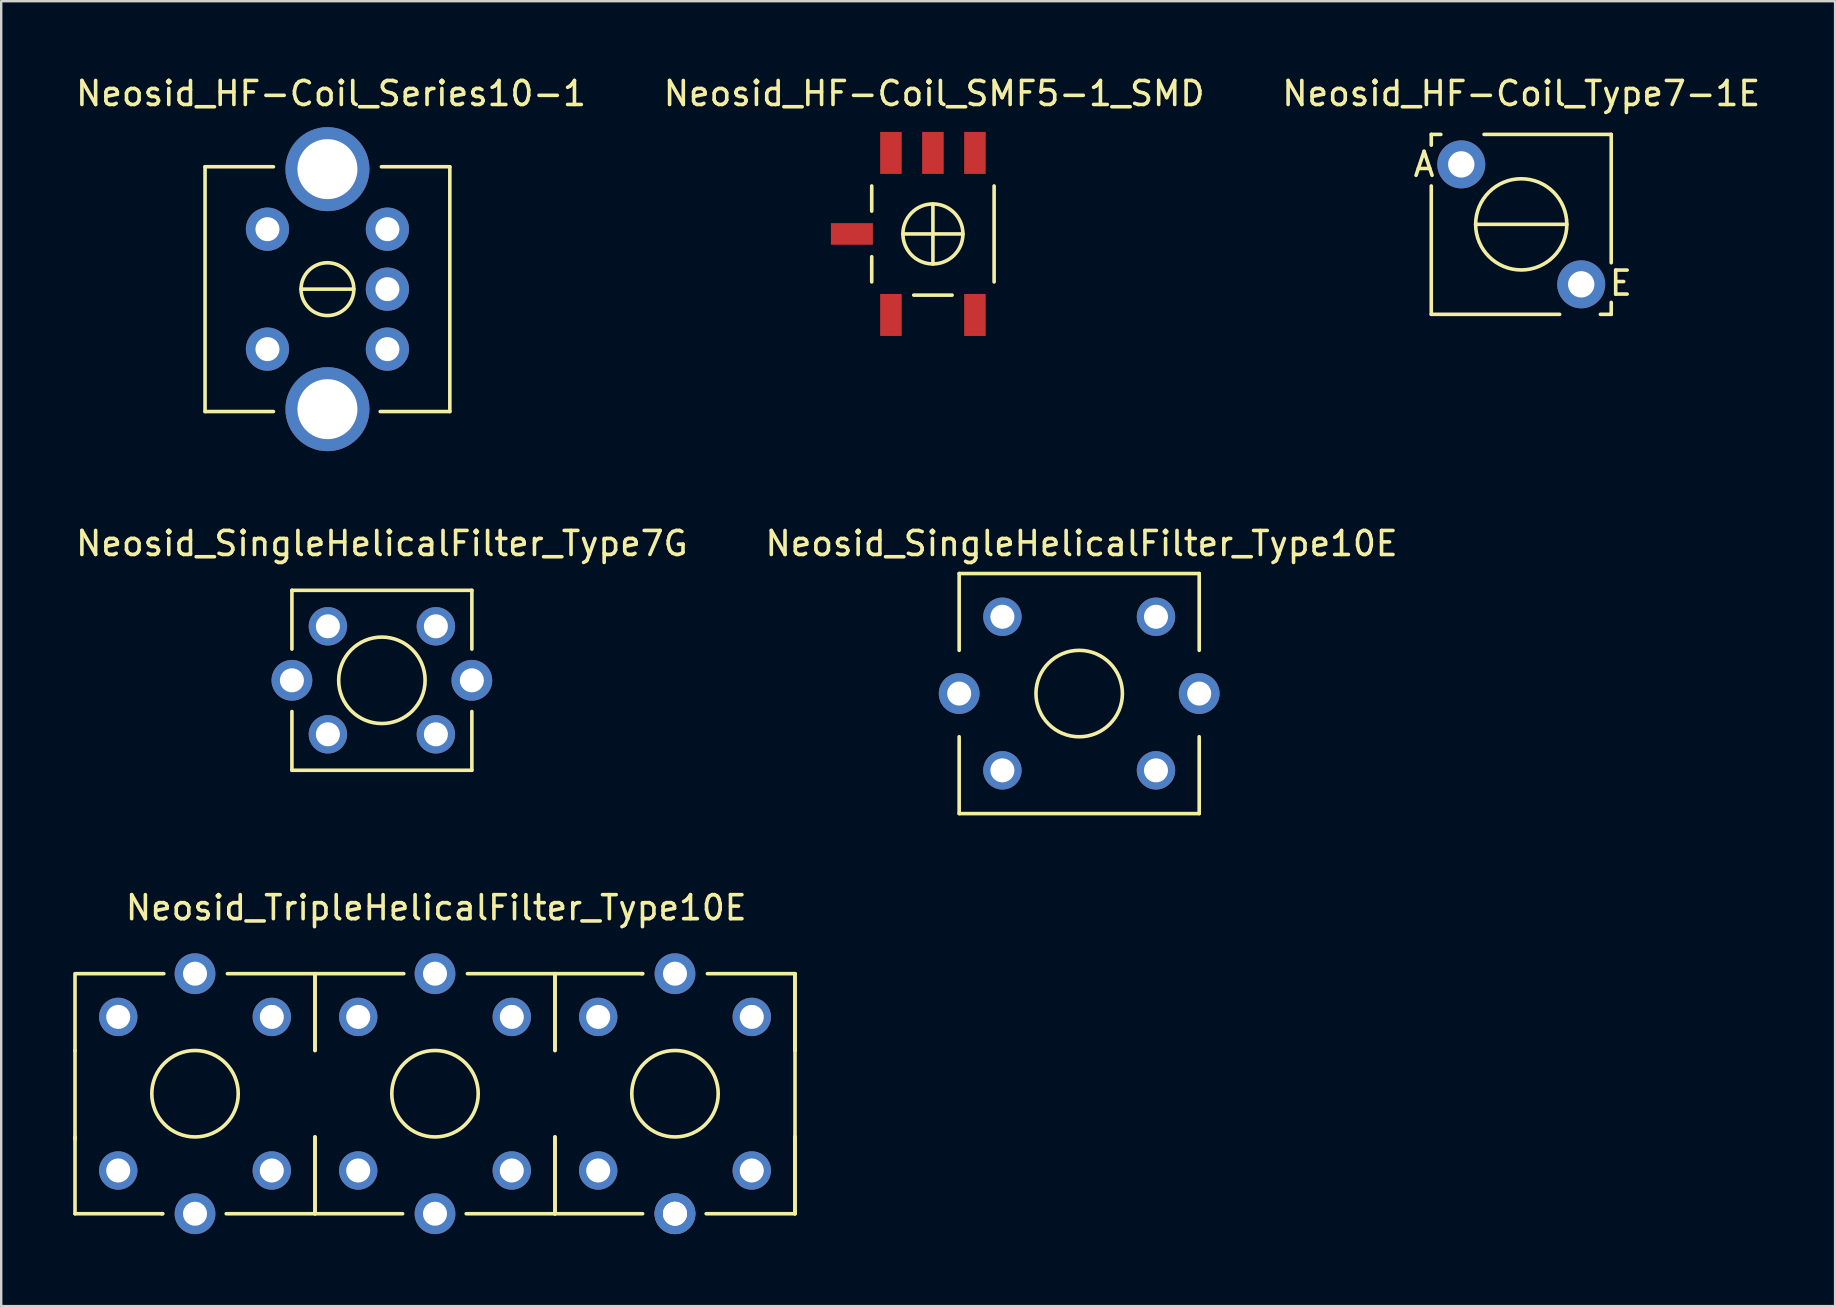
<source format=kicad_pcb>
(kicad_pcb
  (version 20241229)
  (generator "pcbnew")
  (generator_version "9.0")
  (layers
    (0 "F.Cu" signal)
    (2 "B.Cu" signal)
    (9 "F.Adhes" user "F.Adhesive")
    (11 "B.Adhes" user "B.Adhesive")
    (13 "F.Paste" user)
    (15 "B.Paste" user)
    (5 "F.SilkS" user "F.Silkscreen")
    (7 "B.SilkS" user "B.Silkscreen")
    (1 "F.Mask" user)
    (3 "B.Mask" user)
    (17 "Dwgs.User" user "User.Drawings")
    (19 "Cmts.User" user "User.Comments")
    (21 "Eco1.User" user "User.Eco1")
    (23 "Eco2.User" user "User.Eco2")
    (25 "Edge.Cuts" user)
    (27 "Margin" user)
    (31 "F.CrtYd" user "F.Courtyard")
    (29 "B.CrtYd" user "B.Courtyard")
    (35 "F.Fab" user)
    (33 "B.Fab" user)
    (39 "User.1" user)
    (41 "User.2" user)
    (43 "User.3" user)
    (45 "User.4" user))
  (footprint "Neosid_TripleHelicalFilter_Type10E"
    (layer "F.Cu")
    (at 15.076 42.524)
    (property "Reference" "Neosid_TripleHelicalFilter_Type10E" (at 0.051 -7.75 0) (layer "F.SilkS") (effects (font (size 1 1) (thickness 0.15))))
    (attr through_hole)
    (fp_line (start -15.001 -5.001) (end -15.001 -1.801) (stroke (width 0.15) (type solid)) (layer "F.SilkS"))
    (fp_line (start -15.001 -1.801) (end -15.001 1.9) (stroke (width 0.15) (type solid)) (layer "F.SilkS"))
    (fp_line (start -15.001 1.801) (end -15.001 5.001) (stroke (width 0.15) (type solid)) (layer "F.SilkS"))
    (fp_line (start -15.001 5.001) (end -11.349 5.001) (stroke (width 0.15) (type solid)) (layer "F.SilkS"))
    (fp_line (start -11.349 5.001) (end -11.4 5.001) (stroke (width 0.15) (type solid)) (layer "F.SilkS"))
    (fp_line (start -11.3 -5.001) (end -14.95 -5.001) (stroke (width 0.15) (type solid)) (layer "F.SilkS"))
    (fp_line (start -8.7 5.001) (end -1.349 5.001) (stroke (width 0.15) (type solid)) (layer "F.SilkS"))
    (fp_line (start -5.001 -5.001) (end -5.001 -1.801) (stroke (width 0.15) (type solid)) (layer "F.SilkS"))
    (fp_line (start -5.001 1.801) (end -5.001 5.001) (stroke (width 0.15) (type solid)) (layer "F.SilkS"))
    (fp_line (start -4.999 -1.801) (end -4.999 -5.001) (stroke (width 0.15) (type solid)) (layer "F.SilkS"))
    (fp_line (start -4.999 5.001) (end -4.999 1.801) (stroke (width 0.15) (type solid)) (layer "F.SilkS"))
    (fp_line (start -1.3 -5.001) (end -8.651 -5.001) (stroke (width 0.15) (type solid)) (layer "F.SilkS"))
    (fp_line (start 1.3 5.001) (end 5.001 5.001) (stroke (width 0.15) (type solid)) (layer "F.SilkS"))
    (fp_line (start 4.999 -5.001) (end 4.999 -1.801) (stroke (width 0.15) (type solid)) (layer "F.SilkS"))
    (fp_line (start 4.999 1.801) (end 4.999 5.001) (stroke (width 0.15) (type solid)) (layer "F.SilkS"))
    (fp_line (start 5.001 -5.001) (end 1.351 -5.001) (stroke (width 0.15) (type solid)) (layer "F.SilkS"))
    (fp_line (start 5.001 -5.001) (end 8.651 -5.001) (stroke (width 0.15) (type solid)) (layer "F.SilkS"))
    (fp_line (start 5.001 -1.801) (end 5.001 -5.001) (stroke (width 0.15) (type solid)) (layer "F.SilkS"))
    (fp_line (start 5.001 5.001) (end 5.001 1.801) (stroke (width 0.15) (type solid)) (layer "F.SilkS"))
    (fp_line (start 5.001 5.001) (end 8.651 5.001) (stroke (width 0.15) (type solid)) (layer "F.SilkS"))
    (fp_line (start 8.651 -5.001) (end 8.6 -5.001) (stroke (width 0.15) (type solid)) (layer "F.SilkS"))
    (fp_line (start 11.3 5.001) (end 15.001 5.001) (stroke (width 0.15) (type solid)) (layer "F.SilkS"))
    (fp_line (start 11.351 -5.001) (end 15.001 -5.001) (stroke (width 0.15) (type solid)) (layer "F.SilkS"))
    (fp_line (start 14.999 -5.001) (end 14.999 -1.801) (stroke (width 0.15) (type solid)) (layer "F.SilkS"))
    (fp_line (start 14.999 1.801) (end 14.999 5.001) (stroke (width 0.15) (type solid)) (layer "F.SilkS"))
    (fp_line (start 15.001 -1.849) (end 15.001 1.801) (stroke (width 0.15) (type solid)) (layer "F.SilkS"))
    (fp_line (start 15.001 -1.801) (end 15.001 -5.001) (stroke (width 0.15) (type solid)) (layer "F.SilkS"))
    (fp_line (start 15.001 5.001) (end 15.001 1.801) (stroke (width 0.15) (type solid)) (layer "F.SilkS"))
    (fp_circle (center -10 0) (end -8.199 0) (stroke (width 0.15) (type solid)) (fill no) (layer "F.SilkS"))
    (fp_circle (center 0 0) (end 1.801 0) (stroke (width 0.15) (type solid)) (fill no) (layer "F.SilkS"))
    (fp_circle (center 10 0) (end 11.801 0) (stroke (width 0.15) (type solid)) (fill no) (layer "F.SilkS"))
    (pad "1" thru_hole circle (at -6.8 3.2 90) (size 1.6 1.6) (drill 1.001) (layers "*.Cu" "*.Mask"))
    (pad "2" thru_hole circle (at -6.8 -3.2 90) (size 1.6 1.6) (drill 1.001) (layers "*.Cu" "*.Mask"))
    (pad "4" thru_hole circle (at -13.2 -3.2 90) (size 1.6 1.6) (drill 1.001) (layers "*.Cu" "*.Mask"))
    (pad "5" thru_hole circle (at -13.2 3.2 90) (size 1.6 1.6) (drill 1.001) (layers "*.Cu" "*.Mask"))
    (pad "21" thru_hole circle (at 3.2 3.2 90) (size 1.6 1.6) (drill 1.001) (layers "*.Cu" "*.Mask"))
    (pad "22" thru_hole circle (at 3.2 -3.2 90) (size 1.6 1.6) (drill 1.001) (layers "*.Cu" "*.Mask"))
    (pad "24" thru_hole circle (at -3.2 -3.2 90) (size 1.6 1.6) (drill 1.001) (layers "*.Cu" "*.Mask"))
    (pad "25" thru_hole circle (at -3.2 3.2 90) (size 1.6 1.6) (drill 1.001) (layers "*.Cu" "*.Mask"))
    (pad "31" thru_hole circle (at 13.2 3.2 90) (size 1.6 1.6) (drill 1.001) (layers "*.Cu" "*.Mask"))
    (pad "32" thru_hole circle (at 13.2 -3.2 90) (size 1.6 1.6) (drill 1.001) (layers "*.Cu" "*.Mask"))
    (pad "34" thru_hole circle (at 6.8 -3.2 90) (size 1.6 1.6) (drill 1.001) (layers "*.Cu" "*.Mask"))
    (pad "35" thru_hole circle (at 6.8 3.2 90) (size 1.6 1.6) (drill 1.001) (layers "*.Cu" "*.Mask"))
    (pad "~" thru_hole circle (at -10 -5.001 90) (size 1.699 1.699) (drill 1.001) (layers "*.Cu" "*.Mask"))
    (pad "~" thru_hole circle (at -10 5.001 90) (size 1.699 1.699) (drill 1.001) (layers "*.Cu" "*.Mask"))
    (pad "~" thru_hole circle (at 0 -5.001 90) (size 1.699 1.699) (drill 1.001) (layers "*.Cu" "*.Mask"))
    (pad "~" thru_hole circle (at 0 5.001 90) (size 1.699 1.699) (drill 1.001) (layers "*.Cu" "*.Mask"))
    (pad "~" thru_hole circle (at 10 -5.001 90) (size 1.699 1.699) (drill 1.001) (layers "*.Cu" "*.Mask"))
    (pad "~" thru_hole circle (at 10 5.001 90) (size 1.699 1.699) (drill 1.001) (layers "*.Cu" "*.Mask"))
    (pad "~" thru_hole circle (at 10 5.001 90) (size 1.699 1.699) (drill 1.001) (layers "*.Cu" "*.Mask")))
  (footprint "Neosid_HF-Coil_SMF5-1_SMD"
    (layer "F.Cu")
    (at 35.824 6.698)
    (property "Reference" "Neosid_HF-Coil_SMF5-1_SMD" (at 0.051 -5.85 0) (layer "F.SilkS") (effects (font (size 1 1) (thickness 0.15))))
    (attr through_hole)
    (fp_line (start -2.55 -1.999) (end -2.55 -0.95) (stroke (width 0.15) (type solid)) (layer "F.SilkS"))
    (fp_line (start -2.55 0.95) (end -2.55 1.999) (stroke (width 0.15) (type solid)) (layer "F.SilkS"))
    (fp_line (start -0.8 2.55) (end 0.8 2.55) (stroke (width 0.15) (type solid)) (layer "F.SilkS"))
    (fp_line (start 0 -1.25) (end 0 1.25) (stroke (width 0.15) (type solid)) (layer "F.SilkS"))
    (fp_line (start 1.25 0) (end -1.25 0) (stroke (width 0.15) (type solid)) (layer "F.SilkS"))
    (fp_line (start 2.55 -1.999) (end 2.55 1.999) (stroke (width 0.15) (type solid)) (layer "F.SilkS"))
    (fp_circle (center 0 0) (end 1.25 0) (stroke (width 0.15) (type solid)) (fill no) (layer "F.SilkS"))
    (pad "1" smd rect (at -1.75 3.376) (size 0.899 1.75) (layers "F.Cu" "F.Mask" "F.Paste"))
    (pad "2" smd rect (at -1.75 -3.376) (size 0.899 1.75) (layers "F.Cu" "F.Mask" "F.Paste"))
    (pad "3" smd rect (at 0 -3.376) (size 0.899 1.75) (layers "F.Cu" "F.Mask" "F.Paste"))
    (pad "4" smd rect (at 1.75 -3.376) (size 0.899 1.75) (layers "F.Cu" "F.Mask" "F.Paste"))
    (pad "5" smd rect (at 1.75 3.376) (size 0.899 1.75) (layers "F.Cu" "F.Mask" "F.Paste"))
    (pad "~" smd rect (at -3.376 0 90) (size 0.899 1.75) (layers "F.Cu" "F.Mask" "F.Paste")))
  (footprint "Neosid_SingleHelicalFilter_Type7G"
    (layer "F.Cu")
    (at 12.863 25.298)
    (property "Reference" "Neosid_SingleHelicalFilter_Type7G" (at 0 -5.7 0) (layer "F.SilkS") (effects (font (size 1 1) (thickness 0.15))))
    (attr through_hole)
    (fp_line (start -3.749 -3.749) (end -3.749 -1.3) (stroke (width 0.15) (type solid)) (layer "F.SilkS"))
    (fp_line (start -3.749 1.3) (end -3.749 3.749) (stroke (width 0.15) (type solid)) (layer "F.SilkS"))
    (fp_line (start -3.749 3.749) (end 3.749 3.749) (stroke (width 0.15) (type solid)) (layer "F.SilkS"))
    (fp_line (start 3.749 -3.749) (end -3.749 -3.749) (stroke (width 0.15) (type solid)) (layer "F.SilkS"))
    (fp_line (start 3.749 -1.3) (end 3.749 -3.749) (stroke (width 0.15) (type solid)) (layer "F.SilkS"))
    (fp_line (start 3.749 3.749) (end 3.749 1.3) (stroke (width 0.15) (type solid)) (layer "F.SilkS"))
    (fp_circle (center 0 0) (end 1.801 0) (stroke (width 0.15) (type solid)) (fill no) (layer "F.SilkS"))
    (pad "1" thru_hole circle (at 2.25 2.25 90) (size 1.6 1.6) (drill 1.001) (layers "*.Cu" "*.Mask"))
    (pad "2" thru_hole circle (at 2.25 -2.25 90) (size 1.6 1.6) (drill 1.001) (layers "*.Cu" "*.Mask"))
    (pad "4" thru_hole circle (at -2.25 -2.25 90) (size 1.6 1.6) (drill 1.001) (layers "*.Cu" "*.Mask"))
    (pad "5" thru_hole circle (at -2.25 2.25 90) (size 1.6 1.6) (drill 1.001) (layers "*.Cu" "*.Mask"))
    (pad "~" thru_hole circle (at -3.749 0 90) (size 1.699 1.699) (drill 1.001) (layers "*.Cu" "*.Mask"))
    (pad "~" thru_hole circle (at 3.749 0 90) (size 1.699 1.699) (drill 1.001) (layers "*.Cu" "*.Mask")))
  (footprint "Neosid_HF-Coil_Type7-1E"
    (layer "F.Cu")
    (at 60.339 6.299)
    (property "Reference" "Neosid_HF-Coil_Type7-1E" (at 0 -5.451 0) (layer "F.SilkS") (effects (font (size 1 1) (thickness 0.15))))
    (attr through_hole)
    (fp_line (start -3.749 -3.749) (end -3.749 -3.299) (stroke (width 0.15) (type solid)) (layer "F.SilkS"))
    (fp_line (start -3.749 -3.749) (end -3.35 -3.749) (stroke (width 0.15) (type solid)) (layer "F.SilkS"))
    (fp_line (start -3.749 3.749) (end -3.749 -1.6) (stroke (width 0.15) (type solid)) (layer "F.SilkS"))
    (fp_line (start -3.749 3.749) (end 1.6 3.749) (stroke (width 0.15) (type solid)) (layer "F.SilkS"))
    (fp_line (start -1.9 0) (end 1.9 0) (stroke (width 0.15) (type solid)) (layer "F.SilkS"))
    (fp_line (start 3.749 -3.749) (end -1.549 -3.749) (stroke (width 0.15) (type solid)) (layer "F.SilkS"))
    (fp_line (start 3.749 -3.749) (end 3.749 1.6) (stroke (width 0.15) (type solid)) (layer "F.SilkS"))
    (fp_line (start 3.749 3.749) (end 3.299 3.749) (stroke (width 0.15) (type solid)) (layer "F.SilkS"))
    (fp_line (start 3.749 3.749) (end 3.749 3.251) (stroke (width 0.15) (type solid)) (layer "F.SilkS"))
    (fp_circle (center 0 0) (end 1.9 0) (stroke (width 0.15) (type solid)) (fill no) (layer "F.SilkS"))
    (fp_text user "A" (at -4.049 -2.499 0) (layer "F.SilkS") (effects (font (size 1 1) (thickness 0.15))))
    (fp_text user "E" (at 4.15 2.451 0) (layer "F.SilkS") (effects (font (size 1 1) (thickness 0.15))))
    (pad "1" thru_hole circle (at -2.499 -2.499 90) (size 1.999 1.999) (drill 1.1) (layers "*.Cu" "*.Mask"))
    (pad "2" thru_hole circle (at 2.499 2.499 90) (size 1.999 1.999) (drill 1.1) (layers "*.Cu" "*.Mask")))
  (footprint "Neosid_SingleHelicalFilter_Type10E"
    (layer "F.Cu")
    (at 41.919 25.85)
    (property "Reference" "Neosid_SingleHelicalFilter_Type10E" (at 0.099 -6.251 0) (layer "F.SilkS") (effects (font (size 1 1) (thickness 0.15))))
    (attr through_hole)
    (fp_line (start -5.001 -5.001) (end -5.001 -1.801) (stroke (width 0.15) (type solid)) (layer "F.SilkS"))
    (fp_line (start -5.001 1.801) (end -5.001 5.001) (stroke (width 0.15) (type solid)) (layer "F.SilkS"))
    (fp_line (start -5.001 5.001) (end 5.001 5.001) (stroke (width 0.15) (type solid)) (layer "F.SilkS"))
    (fp_line (start 5.001 -5.001) (end -5.001 -5.001) (stroke (width 0.15) (type solid)) (layer "F.SilkS"))
    (fp_line (start 5.001 -1.801) (end 5.001 -5.001) (stroke (width 0.15) (type solid)) (layer "F.SilkS"))
    (fp_line (start 5.001 5.001) (end 5.001 1.801) (stroke (width 0.15) (type solid)) (layer "F.SilkS"))
    (fp_circle (center 0 0) (end 1.801 0) (stroke (width 0.15) (type solid)) (fill no) (layer "F.SilkS"))
    (pad "1" thru_hole circle (at 3.2 3.2 90) (size 1.6 1.6) (drill 1.001) (layers "*.Cu" "*.Mask"))
    (pad "2" thru_hole circle (at 3.2 -3.2 90) (size 1.6 1.6) (drill 1.001) (layers "*.Cu" "*.Mask"))
    (pad "4" thru_hole circle (at -3.2 -3.2 90) (size 1.6 1.6) (drill 1.001) (layers "*.Cu" "*.Mask"))
    (pad "5" thru_hole circle (at -3.2 3.2 90) (size 1.6 1.6) (drill 1.001) (layers "*.Cu" "*.Mask"))
    (pad "~" thru_hole circle (at -5.001 0 90) (size 1.699 1.699) (drill 1.001) (layers "*.Cu" "*.Mask"))
    (pad "~" thru_hole circle (at 5.001 0 90) (size 1.699 1.699) (drill 1.001) (layers "*.Cu" "*.Mask")))
  (footprint "Neosid_HF-Coil_Series10-1"
    (layer "F.Cu")
    (at 10.594 8.999)
    (property "Reference" "Neosid_HF-Coil_Series10-1" (at 0.15 -8.151 0) (layer "F.SilkS") (effects (font (size 1 1) (thickness 0.15))))
    (attr through_hole)
    (fp_line (start -5.1 -5.1) (end -5.1 5.1) (stroke (width 0.15) (type solid)) (layer "F.SilkS"))
    (fp_line (start -5.1 5.1) (end -2.25 5.1) (stroke (width 0.15) (type solid)) (layer "F.SilkS"))
    (fp_line (start -2.25 -5.1) (end -5.1 -5.1) (stroke (width 0.15) (type solid)) (layer "F.SilkS"))
    (fp_line (start -1.1 0) (end 1.1 0) (stroke (width 0.15) (type solid)) (layer "F.SilkS"))
    (fp_line (start 2.2 5.1) (end 5.1 5.1) (stroke (width 0.15) (type solid)) (layer "F.SilkS"))
    (fp_line (start 5.1 -5.1) (end 2.25 -5.1) (stroke (width 0.15) (type solid)) (layer "F.SilkS"))
    (fp_line (start 5.1 5.1) (end 5.1 -5.1) (stroke (width 0.15) (type solid)) (layer "F.SilkS"))
    (fp_circle (center 0 0) (end 1.1 0) (stroke (width 0.15) (type solid)) (fill no) (layer "F.SilkS"))
    (pad "1" thru_hole circle (at -2.499 -2.499 90) (size 1.801 1.801) (drill 1.001) (layers "*.Cu" "*.Mask"))
    (pad "3" thru_hole circle (at -2.499 2.499 90) (size 1.801 1.801) (drill 1.001) (layers "*.Cu" "*.Mask"))
    (pad "4" thru_hole circle (at 2.499 2.499 90) (size 1.801 1.801) (drill 1.001) (layers "*.Cu" "*.Mask"))
    (pad "5" thru_hole circle (at 2.499 0 90) (size 1.801 1.801) (drill 1.001) (layers "*.Cu" "*.Mask"))
    (pad "6" thru_hole circle (at 2.499 -2.499 90) (size 1.801 1.801) (drill 1.001) (layers "*.Cu" "*.Mask"))
    (pad "~" thru_hole circle (at 0 -5.001 90) (size 3.5 3.5) (drill 2.499) (layers "*.Cu" "*.Mask"))
    (pad "~" thru_hole circle (at 0 5.001 90) (size 3.5 3.5) (drill 2.499) (layers "*.Cu" "*.Mask")))
  (gr_rect
    (start -3 -3)
    (end 73.417 51.375)
    (stroke (width 0.1) (type default))
    (fill no)
    (layer "Edge.Cuts")))
</source>
